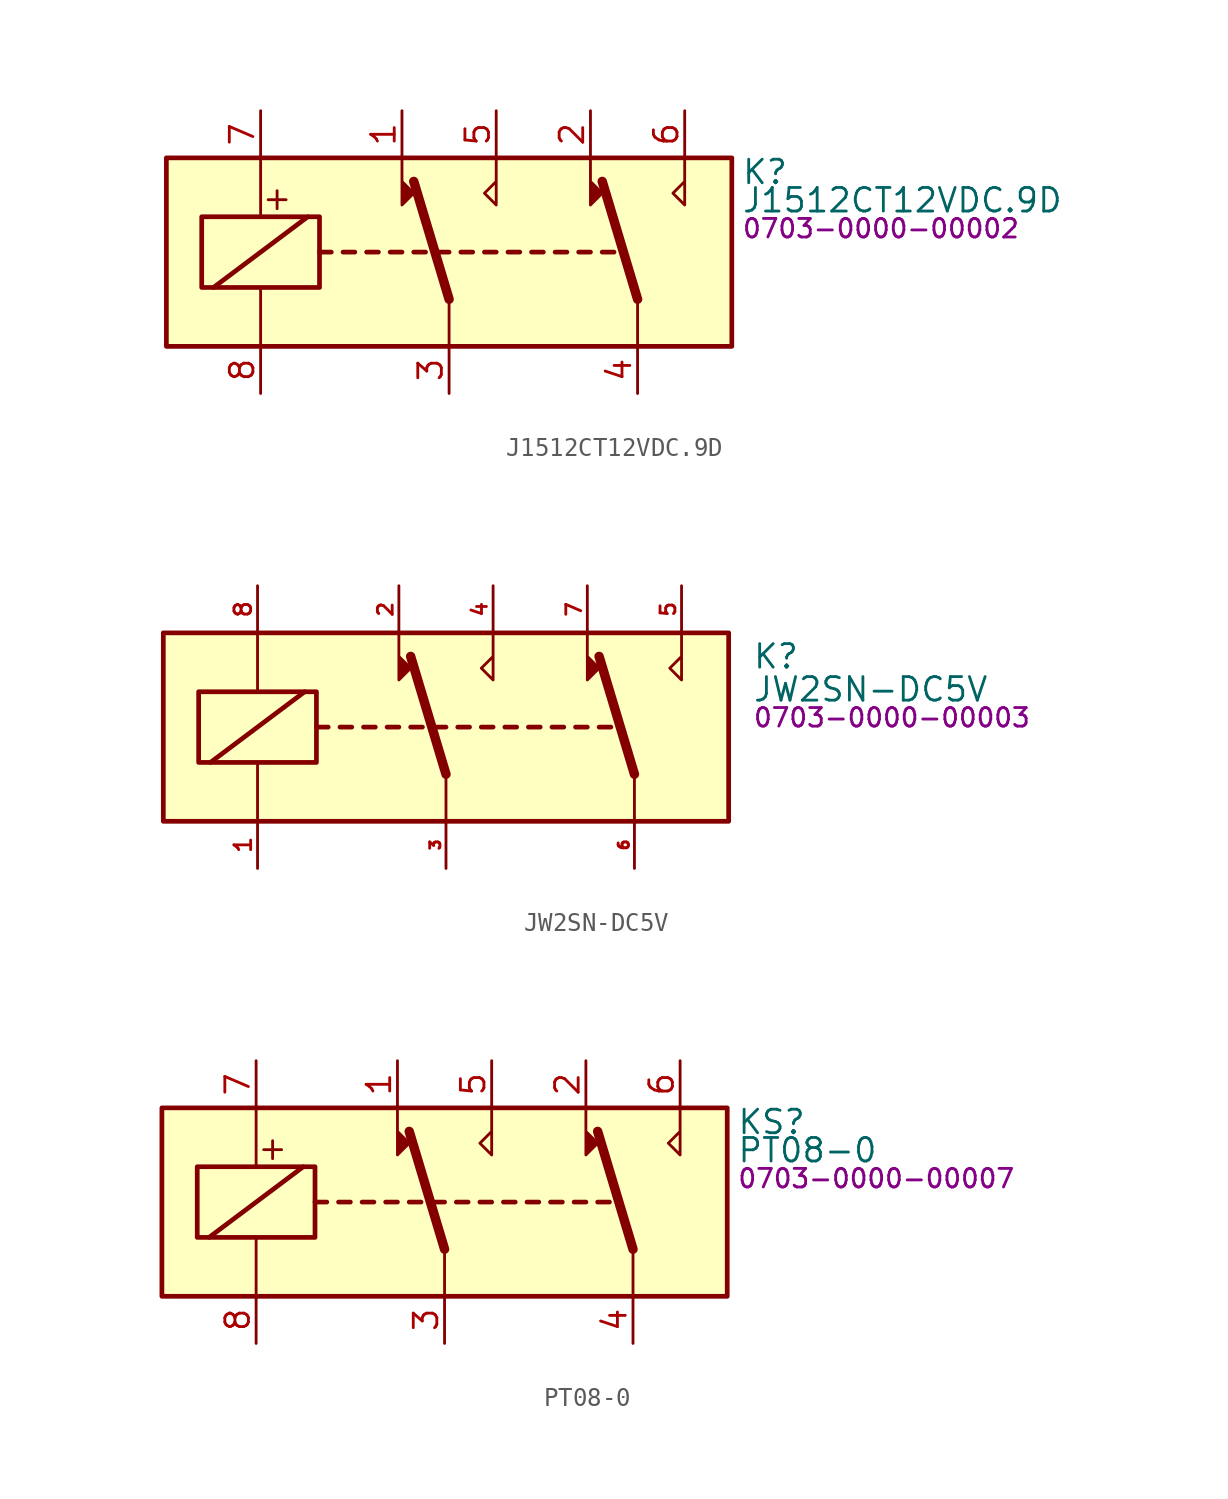
<source format=kicad_sym>
(kicad_symbol_lib
  (version 20231120)
  (generator "kicad_symbol_editor")
  (generator_version "8.0")
  (symbol "J1512CT12VDC.9D"
    (property "Reference" "K"
      (at 30.988 -0.762 0)
      (effects (font (size 1.27 1.27)) (justify left)))
    (property "Value" "J1512CT12VDC.9D"
      (at 30.988 -2.286 0)
      (effects (font (size 1.27 1.27)) (justify left)))
    (property "PartNumber" "0703-0000-00002"
      (at 30.988 -3.81 0)
      (effects (font (size 1 1)) (justify left)))
    (symbol "J1512CT12VDC.9D_0_0"
      (text "+" (at 5.969 -2.159 0) (effects (font (size 1.27 1.27)))))
    (symbol "J1512CT12VDC.9D_0_1"
      (polyline (pts (xy 2.54 -6.985) (xy 7.62 -3.175)) (stroke (width 0.254) (type default)) (fill (type none)))
      (polyline (pts (xy 5.08 -10.16) (xy 5.08 -6.985)) (stroke (width 0) (type default)) (fill (type none)))
      (polyline (pts (xy 5.08 0) (xy 5.08 -3.175)) (stroke (width 0) (type default)) (fill (type none)))
      (polyline (pts (xy 8.255 -5.08) (xy 8.89 -5.08)) (stroke (width 0.254) (type default)) (fill (type none)))
      (polyline (pts (xy 9.525 -5.08) (xy 10.16 -5.08)) (stroke (width 0.254) (type default)) (fill (type none)))
      (polyline (pts (xy 10.795 -5.08) (xy 11.43 -5.08)) (stroke (width 0.254) (type default)) (fill (type none)))
      (polyline (pts (xy 12.065 -5.08) (xy 12.7 -5.08)) (stroke (width 0.254) (type default)) (fill (type none)))
      (polyline (pts (xy 13.335 -5.08) (xy 13.97 -5.08)) (stroke (width 0.254) (type default)) (fill (type none)))
      (polyline (pts (xy 14.605 -5.08) (xy 15.24 -5.08)) (stroke (width 0.254) (type default)) (fill (type none)))
      (polyline (pts (xy 15.24 -7.62) (xy 13.335 -1.27)) (stroke (width 0.508) (type default)) (fill (type none)))
      (polyline (pts (xy 15.24 -7.62) (xy 15.24 -10.16)) (stroke (width 0) (type default)) (fill (type none)))
      (polyline (pts (xy 15.875 -5.08) (xy 16.51 -5.08)) (stroke (width 0.254) (type default)) (fill (type none)))
      (polyline (pts (xy 17.145 -5.08) (xy 17.78 -5.08)) (stroke (width 0.254) (type default)) (fill (type none)))
      (polyline (pts (xy 18.415 -5.08) (xy 19.05 -5.08)) (stroke (width 0.254) (type default)) (fill (type none)))
      (polyline (pts (xy 19.685 -5.08) (xy 20.32 -5.08)) (stroke (width 0.254) (type default)) (fill (type none)))
      (polyline (pts (xy 20.955 -5.08) (xy 21.59 -5.08)) (stroke (width 0.254) (type default)) (fill (type none)))
      (polyline (pts (xy 22.225 -5.08) (xy 22.86 -5.08)) (stroke (width 0.254) (type default)) (fill (type none)))
      (polyline (pts (xy 23.495 -5.08) (xy 24.13 -5.08)) (stroke (width 0.254) (type default)) (fill (type none)))
      (polyline (pts (xy 25.4 -7.62) (xy 23.495 -1.27)) (stroke (width 0.508) (type default)) (fill (type none)))
      (polyline (pts (xy 25.4 -7.62) (xy 25.4 -10.16)) (stroke (width 0) (type default)) (fill (type none)))
      (polyline (pts (xy 12.7 0) (xy 12.7 -2.54) (xy 13.335 -1.905) (xy 12.7 -1.27)) (stroke (width 0) (type default)) (fill (type outline)))
      (polyline (pts (xy 17.78 0) (xy 17.78 -2.54) (xy 17.145 -1.905) (xy 17.78 -1.27)) (stroke (width 0) (type default)) (fill (type none)))
      (polyline (pts (xy 22.86 0) (xy 22.86 -2.54) (xy 23.495 -1.905) (xy 22.86 -1.27)) (stroke (width 0) (type default)) (fill (type outline)))
      (polyline (pts (xy 27.94 0) (xy 27.94 -2.54) (xy 27.305 -1.905) (xy 27.94 -1.27)) (stroke (width 0) (type default)) (fill (type none)))
      (rectangle (start 0 0) (end 30.48 -10.16) (stroke (width 0.254) (type default)) (fill (type background)))
      (rectangle (start 1.905 -3.175) (end 8.255 -6.985) (stroke (width 0.254) (type default)) (fill (type none))))
    (symbol "J1512CT12VDC.9D_1_1"
      (pin passive line (at 12.7 2.54 270) (length 2.54) (name "NC1" (effects (font (size 0 0)))) (number "1" (effects (font (size 1.27 1.27)))))
      (pin passive line (at 22.86 2.54 270) (length 2.54) (name "NC2" (effects (font (size 0 0)))) (number "2" (effects (font (size 1.27 1.27)))))
      (pin passive line (at 15.24 -12.7 90) (length 2.54) (name "COM1" (effects (font (size 0 0)))) (number "3" (effects (font (size 1.27 1.27)))))
      (pin passive line (at 25.4 -12.7 90) (length 2.54) (name "COM2" (effects (font (size 0 0)))) (number "4" (effects (font (size 1.27 1.27)))))
      (pin passive line (at 17.78 2.54 270) (length 2.54) (name "NO1" (effects (font (size 0 0)))) (number "5" (effects (font (size 1.27 1.27)))))
      (pin passive line (at 27.94 2.54 270) (length 2.54) (name "NO2" (effects (font (size 0 0)))) (number "6" (effects (font (size 1.27 1.27)))))
      (pin passive line (at 5.08 2.54 270) (length 2.54) (name "C+" (effects (font (size 0 0)))) (number "7" (effects (font (size 1.27 1.27)))))
      (pin passive line (at 5.08 -12.7 90) (length 2.54) (name "C-" (effects (font (size 0 0)))) (number "8" (effects (font (size 1.27 1.27)))))))
  (symbol "JW2SN-DC5V"
    (property "Reference" "K"
      (at 31.75 -1.27 0)
      (effects (font (size 1.27 1.27)) (justify left)))
    (property "Value" "JW2SN-DC5V"
      (at 31.75 -3.048 0)
      (effects (font (size 1.27 1.27)) (justify left)))
    (property "PartNumber" "0703-0000-00003"
      (at 31.75 -4.572 0)
      (effects (font (size 1 1)) (justify left)))
    (symbol "JW2SN-DC5V_0_1"
      (polyline (pts (xy 2.54 -6.985) (xy 7.62 -3.175)) (stroke (width 0.254) (type default)) (fill (type none)))
      (polyline (pts (xy 5.08 -10.16) (xy 5.08 -6.985)) (stroke (width 0) (type default)) (fill (type none)))
      (polyline (pts (xy 5.08 0) (xy 5.08 -3.175)) (stroke (width 0) (type default)) (fill (type none)))
      (polyline (pts (xy 8.255 -5.08) (xy 8.89 -5.08)) (stroke (width 0.254) (type default)) (fill (type none)))
      (polyline (pts (xy 9.525 -5.08) (xy 10.16 -5.08)) (stroke (width 0.254) (type default)) (fill (type none)))
      (polyline (pts (xy 10.795 -5.08) (xy 11.43 -5.08)) (stroke (width 0.254) (type default)) (fill (type none)))
      (polyline (pts (xy 12.065 -5.08) (xy 12.7 -5.08)) (stroke (width 0.254) (type default)) (fill (type none)))
      (polyline (pts (xy 13.335 -5.08) (xy 13.97 -5.08)) (stroke (width 0.254) (type default)) (fill (type none)))
      (polyline (pts (xy 14.605 -5.08) (xy 15.24 -5.08)) (stroke (width 0.254) (type default)) (fill (type none)))
      (polyline (pts (xy 15.24 -7.62) (xy 13.335 -1.27)) (stroke (width 0.508) (type default)) (fill (type none)))
      (polyline (pts (xy 15.24 -7.62) (xy 15.24 -10.16)) (stroke (width 0) (type default)) (fill (type none)))
      (polyline (pts (xy 15.875 -5.08) (xy 16.51 -5.08)) (stroke (width 0.254) (type default)) (fill (type none)))
      (polyline (pts (xy 17.145 -5.08) (xy 17.78 -5.08)) (stroke (width 0.254) (type default)) (fill (type none)))
      (polyline (pts (xy 18.415 -5.08) (xy 19.05 -5.08)) (stroke (width 0.254) (type default)) (fill (type none)))
      (polyline (pts (xy 19.685 -5.08) (xy 20.32 -5.08)) (stroke (width 0.254) (type default)) (fill (type none)))
      (polyline (pts (xy 20.955 -5.08) (xy 21.59 -5.08)) (stroke (width 0.254) (type default)) (fill (type none)))
      (polyline (pts (xy 22.225 -5.08) (xy 22.86 -5.08)) (stroke (width 0.254) (type default)) (fill (type none)))
      (polyline (pts (xy 23.495 -5.08) (xy 24.13 -5.08)) (stroke (width 0.254) (type default)) (fill (type none)))
      (polyline (pts (xy 25.4 -7.62) (xy 23.495 -1.27)) (stroke (width 0.508) (type default)) (fill (type none)))
      (polyline (pts (xy 25.4 -7.62) (xy 25.4 -10.16)) (stroke (width 0) (type default)) (fill (type none)))
      (polyline (pts (xy 12.7 0) (xy 12.7 -2.54) (xy 13.335 -1.905) (xy 12.7 -1.27)) (stroke (width 0) (type default)) (fill (type outline)))
      (polyline (pts (xy 17.78 0) (xy 17.78 -2.54) (xy 17.145 -1.905) (xy 17.78 -1.27)) (stroke (width 0) (type default)) (fill (type none)))
      (polyline (pts (xy 22.86 0) (xy 22.86 -2.54) (xy 23.495 -1.905) (xy 22.86 -1.27)) (stroke (width 0) (type default)) (fill (type outline)))
      (polyline (pts (xy 27.94 0) (xy 27.94 -2.54) (xy 27.305 -1.905) (xy 27.94 -1.27)) (stroke (width 0) (type default)) (fill (type none)))
      (rectangle (start 0 0) (end 30.48 -10.16) (stroke (width 0.254) (type default)) (fill (type background)))
      (rectangle (start 1.905 -3.175) (end 8.255 -6.985) (stroke (width 0.254) (type default)) (fill (type none))))
    (symbol "JW2SN-DC5V_1_1"
      (pin passive line (at 5.08 -12.7 90) (length 2.54) (name "~" (effects (font (size 1.27 1.27)))) (number "1" (effects (font (size 0.9 0.9)))))
      (pin passive line (at 12.7 2.54 270) (length 2.54) (name "~" (effects (font (size 1.27 1.27)))) (number "2" (effects (font (size 0.8 0.8)))))
      (pin passive line (at 15.24 -12.7 90) (length 2.54) (name "~" (effects (font (size 1.27 1.27)))) (number "3" (effects (font (size 0.55 0.55)))))
      (pin passive line (at 17.78 2.54 270) (length 2.54) (name "~" (effects (font (size 1.27 1.27)))) (number "4" (effects (font (size 0.8 0.8)))))
      (pin passive line (at 27.94 2.54 270) (length 2.54) (name "~" (effects (font (size 1.27 1.27)))) (number "5" (effects (font (size 0.8 0.8)))))
      (pin passive line (at 25.4 -12.7 90) (length 2.54) (name "~" (effects (font (size 1.27 1.27)))) (number "6" (effects (font (size 0.55 0.55)))))
      (pin passive line (at 22.86 2.54 270) (length 2.54) (name "~" (effects (font (size 1.27 1.27)))) (number "7" (effects (font (size 0.8 0.8)))))
      (pin passive line (at 5.08 2.54 270) (length 2.54) (name "~" (effects (font (size 1.27 1.27)))) (number "8" (effects (font (size 0.9 0.9)))))))
  (symbol "PT08-0"
    (property "Reference" "KS"
      (at 30.988 -0.762 0)
      (effects (font (size 1.27 1.27)) (justify left)))
    (property "Value" "PT08-0"
      (at 30.988 -2.286 0)
      (effects (font (size 1.27 1.27)) (justify left)))
    (property "PartNumber" "0703-0000-00007"
      (at 30.988 -3.81 0)
      (effects (font (size 1 1)) (justify left)))
    (symbol "PT08-0_0_0"
      (text "+" (at 5.969 -2.159 0) (effects (font (size 1.27 1.27)))))
    (symbol "PT08-0_0_1"
      (polyline (pts (xy 2.54 -6.985) (xy 7.62 -3.175)) (stroke (width 0.254) (type default)) (fill (type none)))
      (polyline (pts (xy 5.08 -10.16) (xy 5.08 -6.985)) (stroke (width 0) (type default)) (fill (type none)))
      (polyline (pts (xy 5.08 0) (xy 5.08 -3.175)) (stroke (width 0) (type default)) (fill (type none)))
      (polyline (pts (xy 8.255 -5.08) (xy 8.89 -5.08)) (stroke (width 0.254) (type default)) (fill (type none)))
      (polyline (pts (xy 9.525 -5.08) (xy 10.16 -5.08)) (stroke (width 0.254) (type default)) (fill (type none)))
      (polyline (pts (xy 10.795 -5.08) (xy 11.43 -5.08)) (stroke (width 0.254) (type default)) (fill (type none)))
      (polyline (pts (xy 12.065 -5.08) (xy 12.7 -5.08)) (stroke (width 0.254) (type default)) (fill (type none)))
      (polyline (pts (xy 13.335 -5.08) (xy 13.97 -5.08)) (stroke (width 0.254) (type default)) (fill (type none)))
      (polyline (pts (xy 14.605 -5.08) (xy 15.24 -5.08)) (stroke (width 0.254) (type default)) (fill (type none)))
      (polyline (pts (xy 15.24 -7.62) (xy 13.335 -1.27)) (stroke (width 0.508) (type default)) (fill (type none)))
      (polyline (pts (xy 15.24 -7.62) (xy 15.24 -10.16)) (stroke (width 0) (type default)) (fill (type none)))
      (polyline (pts (xy 15.875 -5.08) (xy 16.51 -5.08)) (stroke (width 0.254) (type default)) (fill (type none)))
      (polyline (pts (xy 17.145 -5.08) (xy 17.78 -5.08)) (stroke (width 0.254) (type default)) (fill (type none)))
      (polyline (pts (xy 18.415 -5.08) (xy 19.05 -5.08)) (stroke (width 0.254) (type default)) (fill (type none)))
      (polyline (pts (xy 19.685 -5.08) (xy 20.32 -5.08)) (stroke (width 0.254) (type default)) (fill (type none)))
      (polyline (pts (xy 20.955 -5.08) (xy 21.59 -5.08)) (stroke (width 0.254) (type default)) (fill (type none)))
      (polyline (pts (xy 22.225 -5.08) (xy 22.86 -5.08)) (stroke (width 0.254) (type default)) (fill (type none)))
      (polyline (pts (xy 23.495 -5.08) (xy 24.13 -5.08)) (stroke (width 0.254) (type default)) (fill (type none)))
      (polyline (pts (xy 25.4 -7.62) (xy 23.495 -1.27)) (stroke (width 0.508) (type default)) (fill (type none)))
      (polyline (pts (xy 25.4 -7.62) (xy 25.4 -10.16)) (stroke (width 0) (type default)) (fill (type none)))
      (polyline (pts (xy 12.7 0) (xy 12.7 -2.54) (xy 13.335 -1.905) (xy 12.7 -1.27)) (stroke (width 0) (type default)) (fill (type outline)))
      (polyline (pts (xy 17.78 0) (xy 17.78 -2.54) (xy 17.145 -1.905) (xy 17.78 -1.27)) (stroke (width 0) (type default)) (fill (type none)))
      (polyline (pts (xy 22.86 0) (xy 22.86 -2.54) (xy 23.495 -1.905) (xy 22.86 -1.27)) (stroke (width 0) (type default)) (fill (type outline)))
      (polyline (pts (xy 27.94 0) (xy 27.94 -2.54) (xy 27.305 -1.905) (xy 27.94 -1.27)) (stroke (width 0) (type default)) (fill (type none)))
      (rectangle (start 0 0) (end 30.48 -10.16) (stroke (width 0.254) (type default)) (fill (type background)))
      (rectangle (start 1.905 -3.175) (end 8.255 -6.985) (stroke (width 0.254) (type default)) (fill (type none))))
    (symbol "PT08-0_1_1"
      (pin passive line (at 12.7 2.54 270) (length 2.54) (name "NC1" (effects (font (size 0 0)))) (number "1" (effects (font (size 1.27 1.27)))))
      (pin passive line (at 22.86 2.54 270) (length 2.54) (name "NC2" (effects (font (size 0 0)))) (number "2" (effects (font (size 1.27 1.27)))))
      (pin passive line (at 15.24 -12.7 90) (length 2.54) (name "COM1" (effects (font (size 0 0)))) (number "3" (effects (font (size 1.27 1.27)))))
      (pin passive line (at 25.4 -12.7 90) (length 2.54) (name "COM2" (effects (font (size 0 0)))) (number "4" (effects (font (size 1.27 1.27)))))
      (pin passive line (at 17.78 2.54 270) (length 2.54) (name "NO1" (effects (font (size 0 0)))) (number "5" (effects (font (size 1.27 1.27)))))
      (pin passive line (at 27.94 2.54 270) (length 2.54) (name "NO2" (effects (font (size 0 0)))) (number "6" (effects (font (size 1.27 1.27)))))
      (pin passive line (at 5.08 2.54 270) (length 2.54) (name "C+" (effects (font (size 0 0)))) (number "7" (effects (font (size 1.27 1.27)))))
      (pin passive line (at 5.08 -12.7 90) (length 2.54) (name "C-" (effects (font (size 0 0)))) (number "8" (effects (font (size 1.27 1.27))))))))
</source>
